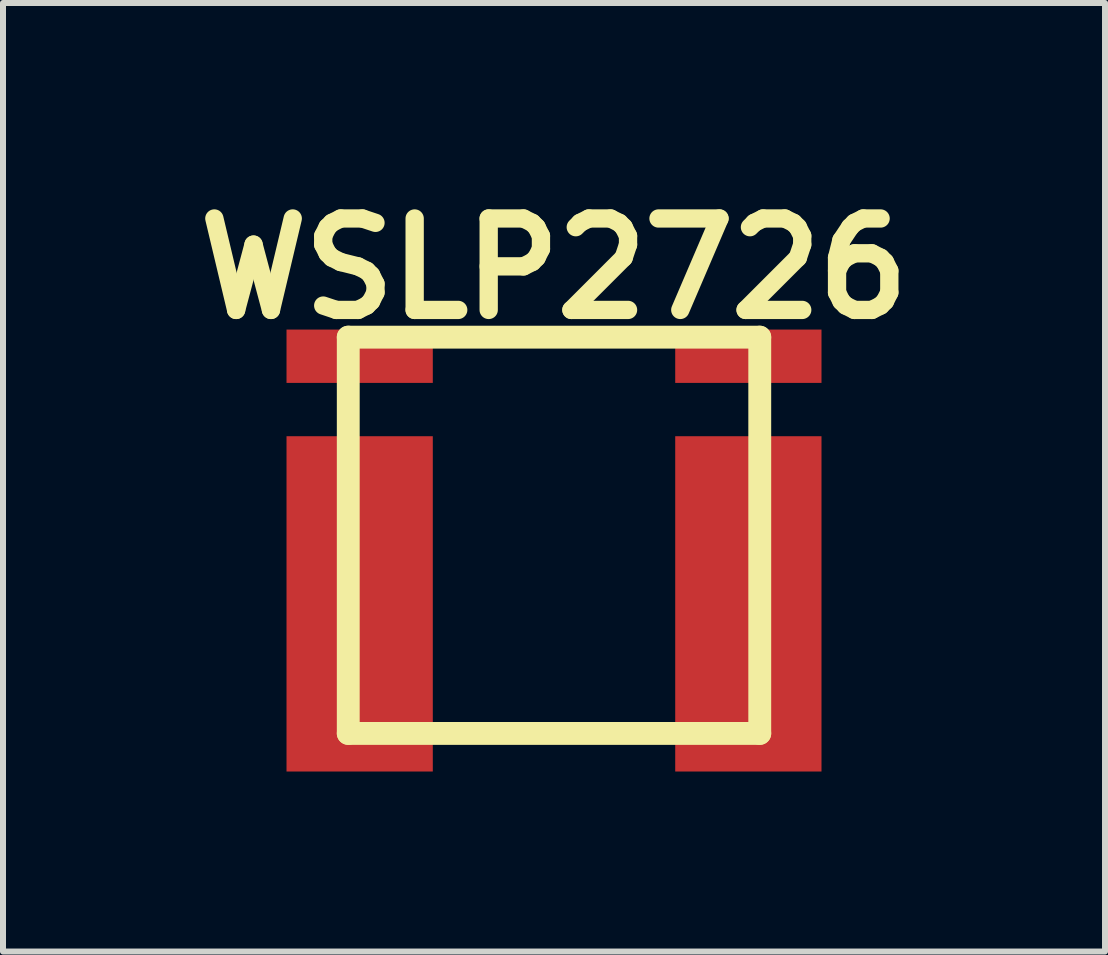
<source format=kicad_pcb>
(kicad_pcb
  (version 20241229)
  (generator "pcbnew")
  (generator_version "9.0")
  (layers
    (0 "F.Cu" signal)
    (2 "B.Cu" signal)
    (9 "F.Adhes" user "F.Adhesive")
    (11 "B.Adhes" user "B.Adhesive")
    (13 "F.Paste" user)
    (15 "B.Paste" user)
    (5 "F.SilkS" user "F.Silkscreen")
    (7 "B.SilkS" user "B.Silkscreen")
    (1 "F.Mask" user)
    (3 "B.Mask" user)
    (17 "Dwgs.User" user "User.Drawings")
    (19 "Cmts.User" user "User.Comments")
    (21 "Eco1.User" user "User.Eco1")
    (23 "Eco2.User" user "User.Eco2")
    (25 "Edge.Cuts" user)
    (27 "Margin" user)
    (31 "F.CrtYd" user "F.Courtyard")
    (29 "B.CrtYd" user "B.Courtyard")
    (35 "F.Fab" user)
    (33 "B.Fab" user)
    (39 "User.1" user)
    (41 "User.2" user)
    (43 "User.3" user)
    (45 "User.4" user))
  (footprint "WSLP2726"
    (layer "F.Cu")
    (at 6.183 3.966)
    (property "Reference" "WSLP2726" (at 0 -2.54 180) (layer "F.SilkS") (effects (font (size 1.524 1.524) (thickness 0.305))))
    (attr through_hole)
    (fp_line (start -3.429 -1.397) (end -3.429 5.207) (stroke (width 0.381) (type solid)) (layer "F.SilkS"))
    (fp_line (start -3.429 5.207) (end 3.429 5.207) (stroke (width 0.381) (type solid)) (layer "F.SilkS"))
    (fp_line (start 3.429 -1.397) (end -3.429 -1.397) (stroke (width 0.381) (type solid)) (layer "F.SilkS"))
    (fp_line (start 3.429 5.207) (end 3.429 -1.397) (stroke (width 0.381) (type solid)) (layer "F.SilkS"))
    (pad "1" smd rect (at -3.239 3.048) (size 2.438 5.588) (layers "F.Cu" "F.Mask" "F.Paste"))
    (pad "2" smd rect (at 3.239 3.048) (size 2.438 5.588) (layers "F.Cu" "F.Mask" "F.Paste"))
    (pad "3" smd rect (at -3.239 -1.079) (size 2.438 0.889) (layers "F.Cu" "F.Mask" "F.Paste"))
    (pad "4" smd rect (at 3.239 -1.079) (size 2.438 0.889) (layers "F.Cu" "F.Mask" "F.Paste")))
  (gr_rect
    (start -3 -3)
    (end 15.366 12.808)
    (stroke (width 0.1) (type default))
    (fill no)
    (layer "Edge.Cuts")))
</source>
